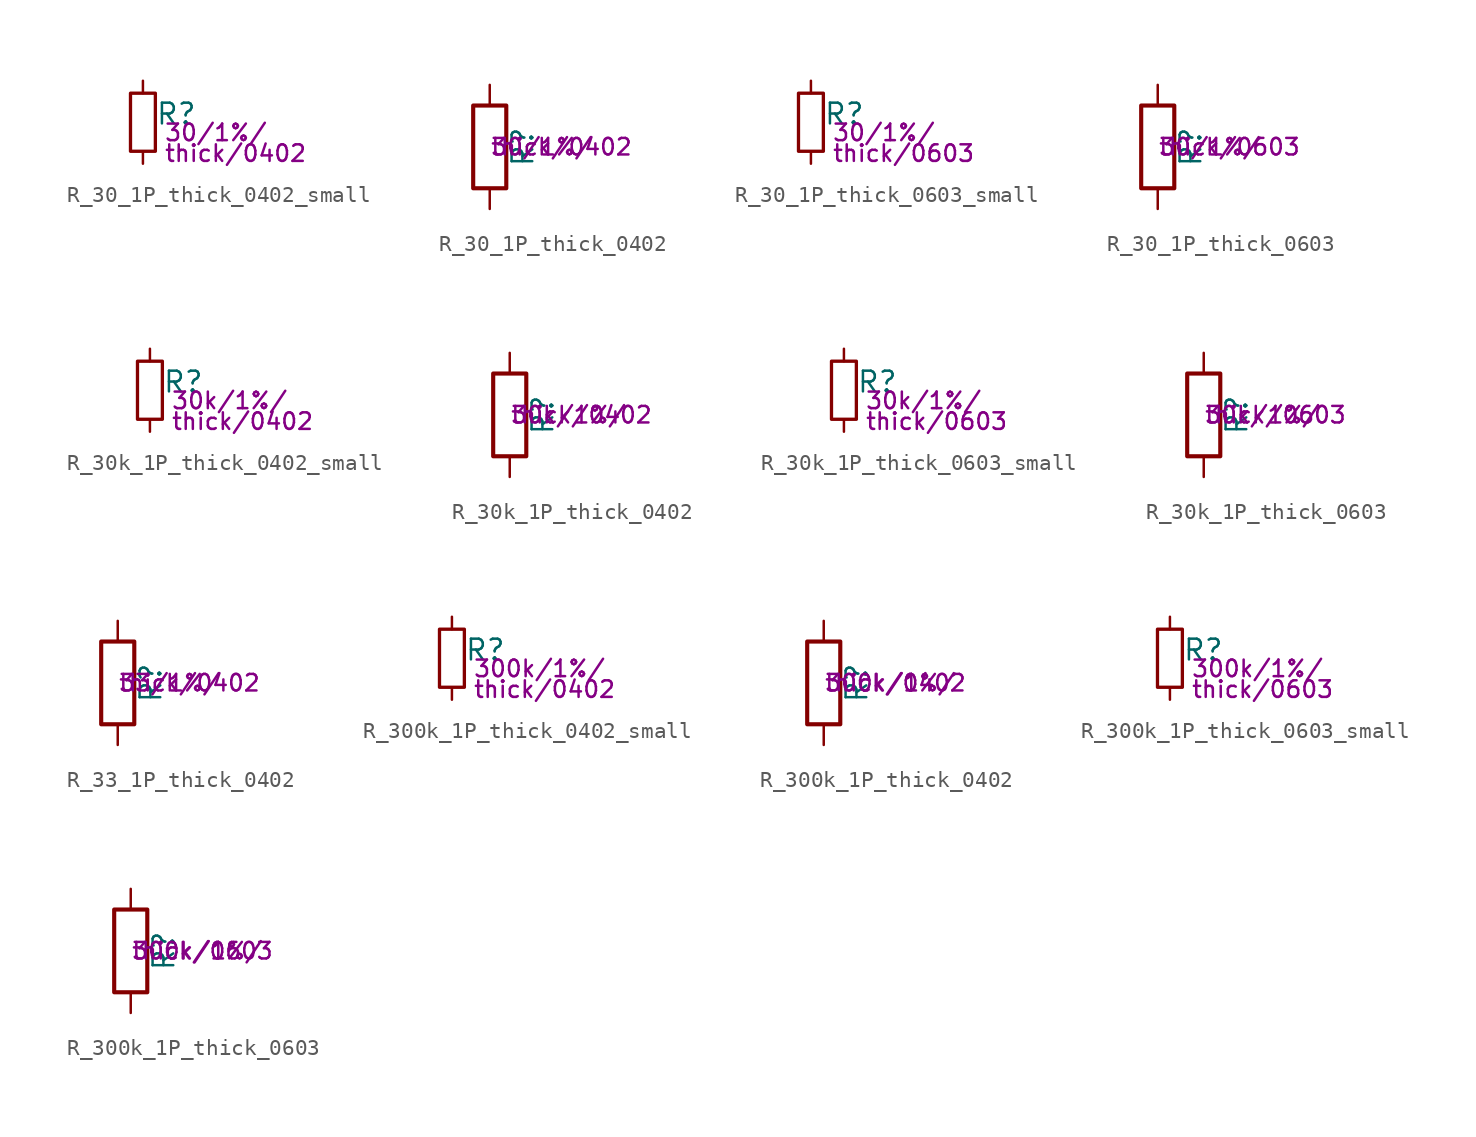
<source format=kicad_sym>
(kicad_symbol_lib
  (version 20211014)
  (generator kicad_symbol_editor)
  (symbol "R_30_1P_thick_0402_small"
    (pin_numbers hide)
    (pin_names
      (offset 0.254) hide)
    (property "Reference" "R"
      (at 0.762 0.508 0)
      (effects (font (size 1.27 1.27)) (justify left)))
    (property "Params" "30/1%/"
      (at 1.27 -0.635 0)
      (effects (font (size 1.016 1.016)) (justify left)))
    (property "Params2" "thick/0402"
      (at 1.27 -1.905 0)
      (effects (font (size 1.016 1.016)) (justify left)))
    (symbol "R_30_1P_thick_0402_small_0_1"
      (rectangle (start -0.762 1.778) (end 0.762 -1.778) (stroke (width 0.203) (type default) (color 0 0 0 0)) (fill (type none))))
    (symbol "R_30_1P_thick_0402_small_1_1"
      (pin passive line (at 0 2.54 270) (length 0.762) (name "~" (effects (font (size 1.27 1.27)))) (number "1" (effects (font (size 1.27 1.27)))))
      (pin passive line (at 0 -2.54 90) (length 0.762) (name "~" (effects (font (size 1.27 1.27)))) (number "2" (effects (font (size 1.27 1.27)))))))
  (symbol "R_30_1P_thick_0402"
    (pin_numbers hide)
    (pin_names
      (offset 0))
    (property "Reference" "R"
      (at 2.032 0 90)
      (effects (font (size 1.27 1.27))))
    (property "Params" "30/1%/"
      (at 0 0 0)
      (effects (font (size 1.016 1.016)) (justify left)))
    (property "Params2" "thick/0402"
      (at 0 0 0)
      (effects (font (size 1.016 1.016)) (justify left)))
    (symbol "R_30_1P_thick_0402_0_1"
      (rectangle (start -1.016 -2.54) (end 1.016 2.54) (stroke (width 0.254) (type default) (color 0 0 0 0)) (fill (type none))))
    (symbol "R_30_1P_thick_0402_1_1"
      (pin passive line (at 0 3.81 270) (length 1.27) (name "~" (effects (font (size 1.27 1.27)))) (number "1" (effects (font (size 1.27 1.27)))))
      (pin passive line (at 0 -3.81 90) (length 1.27) (name "~" (effects (font (size 1.27 1.27)))) (number "2" (effects (font (size 1.27 1.27)))))))
  (symbol "R_30_1P_thick_0603_small"
    (pin_numbers hide)
    (pin_names
      (offset 0.254) hide)
    (property "Reference" "R"
      (at 0.762 0.508 0)
      (effects (font (size 1.27 1.27)) (justify left)))
    (property "Params" "30/1%/"
      (at 1.27 -0.635 0)
      (effects (font (size 1.016 1.016)) (justify left)))
    (property "Params2" "thick/0603"
      (at 1.27 -1.905 0)
      (effects (font (size 1.016 1.016)) (justify left)))
    (symbol "R_30_1P_thick_0603_small_0_1"
      (rectangle (start -0.762 1.778) (end 0.762 -1.778) (stroke (width 0.203) (type default) (color 0 0 0 0)) (fill (type none))))
    (symbol "R_30_1P_thick_0603_small_1_1"
      (pin passive line (at 0 2.54 270) (length 0.762) (name "~" (effects (font (size 1.27 1.27)))) (number "1" (effects (font (size 1.27 1.27)))))
      (pin passive line (at 0 -2.54 90) (length 0.762) (name "~" (effects (font (size 1.27 1.27)))) (number "2" (effects (font (size 1.27 1.27)))))))
  (symbol "R_30_1P_thick_0603"
    (pin_numbers hide)
    (pin_names
      (offset 0))
    (property "Reference" "R"
      (at 2.032 0 90)
      (effects (font (size 1.27 1.27))))
    (property "Params" "30/1%/"
      (at 0 0 0)
      (effects (font (size 1.016 1.016)) (justify left)))
    (property "Params2" "thick/0603"
      (at 0 0 0)
      (effects (font (size 1.016 1.016)) (justify left)))
    (symbol "R_30_1P_thick_0603_0_1"
      (rectangle (start -1.016 -2.54) (end 1.016 2.54) (stroke (width 0.254) (type default) (color 0 0 0 0)) (fill (type none))))
    (symbol "R_30_1P_thick_0603_1_1"
      (pin passive line (at 0 3.81 270) (length 1.27) (name "~" (effects (font (size 1.27 1.27)))) (number "1" (effects (font (size 1.27 1.27)))))
      (pin passive line (at 0 -3.81 90) (length 1.27) (name "~" (effects (font (size 1.27 1.27)))) (number "2" (effects (font (size 1.27 1.27)))))))
  (symbol "R_30k_1P_thick_0402_small"
    (pin_numbers hide)
    (pin_names
      (offset 0.254) hide)
    (property "Reference" "R"
      (at 0.762 0.508 0)
      (effects (font (size 1.27 1.27)) (justify left)))
    (property "Params" "30k/1%/"
      (at 1.27 -0.635 0)
      (effects (font (size 1.016 1.016)) (justify left)))
    (property "Params2" "thick/0402"
      (at 1.27 -1.905 0)
      (effects (font (size 1.016 1.016)) (justify left)))
    (symbol "R_30k_1P_thick_0402_small_0_1"
      (rectangle (start -0.762 1.778) (end 0.762 -1.778) (stroke (width 0.203) (type default) (color 0 0 0 0)) (fill (type none))))
    (symbol "R_30k_1P_thick_0402_small_1_1"
      (pin passive line (at 0 2.54 270) (length 0.762) (name "~" (effects (font (size 1.27 1.27)))) (number "1" (effects (font (size 1.27 1.27)))))
      (pin passive line (at 0 -2.54 90) (length 0.762) (name "~" (effects (font (size 1.27 1.27)))) (number "2" (effects (font (size 1.27 1.27)))))))
  (symbol "R_30k_1P_thick_0402"
    (pin_numbers hide)
    (pin_names
      (offset 0))
    (property "Reference" "R"
      (at 2.032 0 90)
      (effects (font (size 1.27 1.27))))
    (property "Params" "30k/1%/"
      (at 0 0 0)
      (effects (font (size 1.016 1.016)) (justify left)))
    (property "Params2" "thick/0402"
      (at 0 0 0)
      (effects (font (size 1.016 1.016)) (justify left)))
    (symbol "R_30k_1P_thick_0402_0_1"
      (rectangle (start -1.016 -2.54) (end 1.016 2.54) (stroke (width 0.254) (type default) (color 0 0 0 0)) (fill (type none))))
    (symbol "R_30k_1P_thick_0402_1_1"
      (pin passive line (at 0 3.81 270) (length 1.27) (name "~" (effects (font (size 1.27 1.27)))) (number "1" (effects (font (size 1.27 1.27)))))
      (pin passive line (at 0 -3.81 90) (length 1.27) (name "~" (effects (font (size 1.27 1.27)))) (number "2" (effects (font (size 1.27 1.27)))))))
  (symbol "R_30k_1P_thick_0603_small"
    (pin_numbers hide)
    (pin_names
      (offset 0.254) hide)
    (property "Reference" "R"
      (at 0.762 0.508 0)
      (effects (font (size 1.27 1.27)) (justify left)))
    (property "Params" "30k/1%/"
      (at 1.27 -0.635 0)
      (effects (font (size 1.016 1.016)) (justify left)))
    (property "Params2" "thick/0603"
      (at 1.27 -1.905 0)
      (effects (font (size 1.016 1.016)) (justify left)))
    (symbol "R_30k_1P_thick_0603_small_0_1"
      (rectangle (start -0.762 1.778) (end 0.762 -1.778) (stroke (width 0.203) (type default) (color 0 0 0 0)) (fill (type none))))
    (symbol "R_30k_1P_thick_0603_small_1_1"
      (pin passive line (at 0 2.54 270) (length 0.762) (name "~" (effects (font (size 1.27 1.27)))) (number "1" (effects (font (size 1.27 1.27)))))
      (pin passive line (at 0 -2.54 90) (length 0.762) (name "~" (effects (font (size 1.27 1.27)))) (number "2" (effects (font (size 1.27 1.27)))))))
  (symbol "R_30k_1P_thick_0603"
    (pin_numbers hide)
    (pin_names
      (offset 0))
    (property "Reference" "R"
      (at 2.032 0 90)
      (effects (font (size 1.27 1.27))))
    (property "Params" "30k/1%/"
      (at 0 0 0)
      (effects (font (size 1.016 1.016)) (justify left)))
    (property "Params2" "thick/0603"
      (at 0 0 0)
      (effects (font (size 1.016 1.016)) (justify left)))
    (symbol "R_30k_1P_thick_0603_0_1"
      (rectangle (start -1.016 -2.54) (end 1.016 2.54) (stroke (width 0.254) (type default) (color 0 0 0 0)) (fill (type none))))
    (symbol "R_30k_1P_thick_0603_1_1"
      (pin passive line (at 0 3.81 270) (length 1.27) (name "~" (effects (font (size 1.27 1.27)))) (number "1" (effects (font (size 1.27 1.27)))))
      (pin passive line (at 0 -3.81 90) (length 1.27) (name "~" (effects (font (size 1.27 1.27)))) (number "2" (effects (font (size 1.27 1.27)))))))
  (symbol "R_33_1P_thick_0402"
    (pin_numbers hide)
    (pin_names
      (offset 0))
    (property "Reference" "R"
      (at 2.032 0 90)
      (effects (font (size 1.27 1.27))))
    (property "Params" "33/1%/"
      (at 0 0 0)
      (effects (font (size 1.016 1.016)) (justify left)))
    (property "Params2" "thick/0402"
      (at 0 0 0)
      (effects (font (size 1.016 1.016)) (justify left)))
    (symbol "R_33_1P_thick_0402_0_1"
      (rectangle (start -1.016 -2.54) (end 1.016 2.54) (stroke (width 0.254) (type default) (color 0 0 0 0)) (fill (type none))))
    (symbol "R_33_1P_thick_0402_1_1"
      (pin passive line (at 0 3.81 270) (length 1.27) (name "~" (effects (font (size 1.27 1.27)))) (number "1" (effects (font (size 1.27 1.27)))))
      (pin passive line (at 0 -3.81 90) (length 1.27) (name "~" (effects (font (size 1.27 1.27)))) (number "2" (effects (font (size 1.27 1.27)))))))
  (symbol "R_300k_1P_thick_0402_small"
    (pin_numbers hide)
    (pin_names
      (offset 0.254) hide)
    (property "Reference" "R"
      (at 0.762 0.508 0)
      (effects (font (size 1.27 1.27)) (justify left)))
    (property "Params" "300k/1%/"
      (at 1.27 -0.635 0)
      (effects (font (size 1.016 1.016)) (justify left)))
    (property "Params2" "thick/0402"
      (at 1.27 -1.905 0)
      (effects (font (size 1.016 1.016)) (justify left)))
    (symbol "R_300k_1P_thick_0402_small_0_1"
      (rectangle (start -0.762 1.778) (end 0.762 -1.778) (stroke (width 0.203) (type default) (color 0 0 0 0)) (fill (type none))))
    (symbol "R_300k_1P_thick_0402_small_1_1"
      (pin passive line (at 0 2.54 270) (length 0.762) (name "~" (effects (font (size 1.27 1.27)))) (number "1" (effects (font (size 1.27 1.27)))))
      (pin passive line (at 0 -2.54 90) (length 0.762) (name "~" (effects (font (size 1.27 1.27)))) (number "2" (effects (font (size 1.27 1.27)))))))
  (symbol "R_300k_1P_thick_0402"
    (pin_numbers hide)
    (pin_names
      (offset 0))
    (property "Reference" "R"
      (at 2.032 0 90)
      (effects (font (size 1.27 1.27))))
    (property "Params" "300k/1%/"
      (at 0 0 0)
      (effects (font (size 1.016 1.016)) (justify left)))
    (property "Params2" "thick/0402"
      (at 0 0 0)
      (effects (font (size 1.016 1.016)) (justify left)))
    (symbol "R_300k_1P_thick_0402_0_1"
      (rectangle (start -1.016 -2.54) (end 1.016 2.54) (stroke (width 0.254) (type default) (color 0 0 0 0)) (fill (type none))))
    (symbol "R_300k_1P_thick_0402_1_1"
      (pin passive line (at 0 3.81 270) (length 1.27) (name "~" (effects (font (size 1.27 1.27)))) (number "1" (effects (font (size 1.27 1.27)))))
      (pin passive line (at 0 -3.81 90) (length 1.27) (name "~" (effects (font (size 1.27 1.27)))) (number "2" (effects (font (size 1.27 1.27)))))))
  (symbol "R_300k_1P_thick_0603_small"
    (pin_numbers hide)
    (pin_names
      (offset 0.254) hide)
    (property "Reference" "R"
      (at 0.762 0.508 0)
      (effects (font (size 1.27 1.27)) (justify left)))
    (property "Params" "300k/1%/"
      (at 1.27 -0.635 0)
      (effects (font (size 1.016 1.016)) (justify left)))
    (property "Params2" "thick/0603"
      (at 1.27 -1.905 0)
      (effects (font (size 1.016 1.016)) (justify left)))
    (symbol "R_300k_1P_thick_0603_small_0_1"
      (rectangle (start -0.762 1.778) (end 0.762 -1.778) (stroke (width 0.203) (type default) (color 0 0 0 0)) (fill (type none))))
    (symbol "R_300k_1P_thick_0603_small_1_1"
      (pin passive line (at 0 2.54 270) (length 0.762) (name "~" (effects (font (size 1.27 1.27)))) (number "1" (effects (font (size 1.27 1.27)))))
      (pin passive line (at 0 -2.54 90) (length 0.762) (name "~" (effects (font (size 1.27 1.27)))) (number "2" (effects (font (size 1.27 1.27)))))))
  (symbol "R_300k_1P_thick_0603"
    (pin_numbers hide)
    (pin_names
      (offset 0))
    (property "Reference" "R"
      (at 2.032 0 90)
      (effects (font (size 1.27 1.27))))
    (property "Params" "300k/1%/"
      (at 0 0 0)
      (effects (font (size 1.016 1.016)) (justify left)))
    (property "Params2" "thick/0603"
      (at 0 0 0)
      (effects (font (size 1.016 1.016)) (justify left)))
    (symbol "R_300k_1P_thick_0603_0_1"
      (rectangle (start -1.016 -2.54) (end 1.016 2.54) (stroke (width 0.254) (type default) (color 0 0 0 0)) (fill (type none))))
    (symbol "R_300k_1P_thick_0603_1_1"
      (pin passive line (at 0 3.81 270) (length 1.27) (name "~" (effects (font (size 1.27 1.27)))) (number "1" (effects (font (size 1.27 1.27)))))
      (pin passive line (at 0 -3.81 90) (length 1.27) (name "~" (effects (font (size 1.27 1.27)))) (number "2" (effects (font (size 1.27 1.27))))))))
</source>
